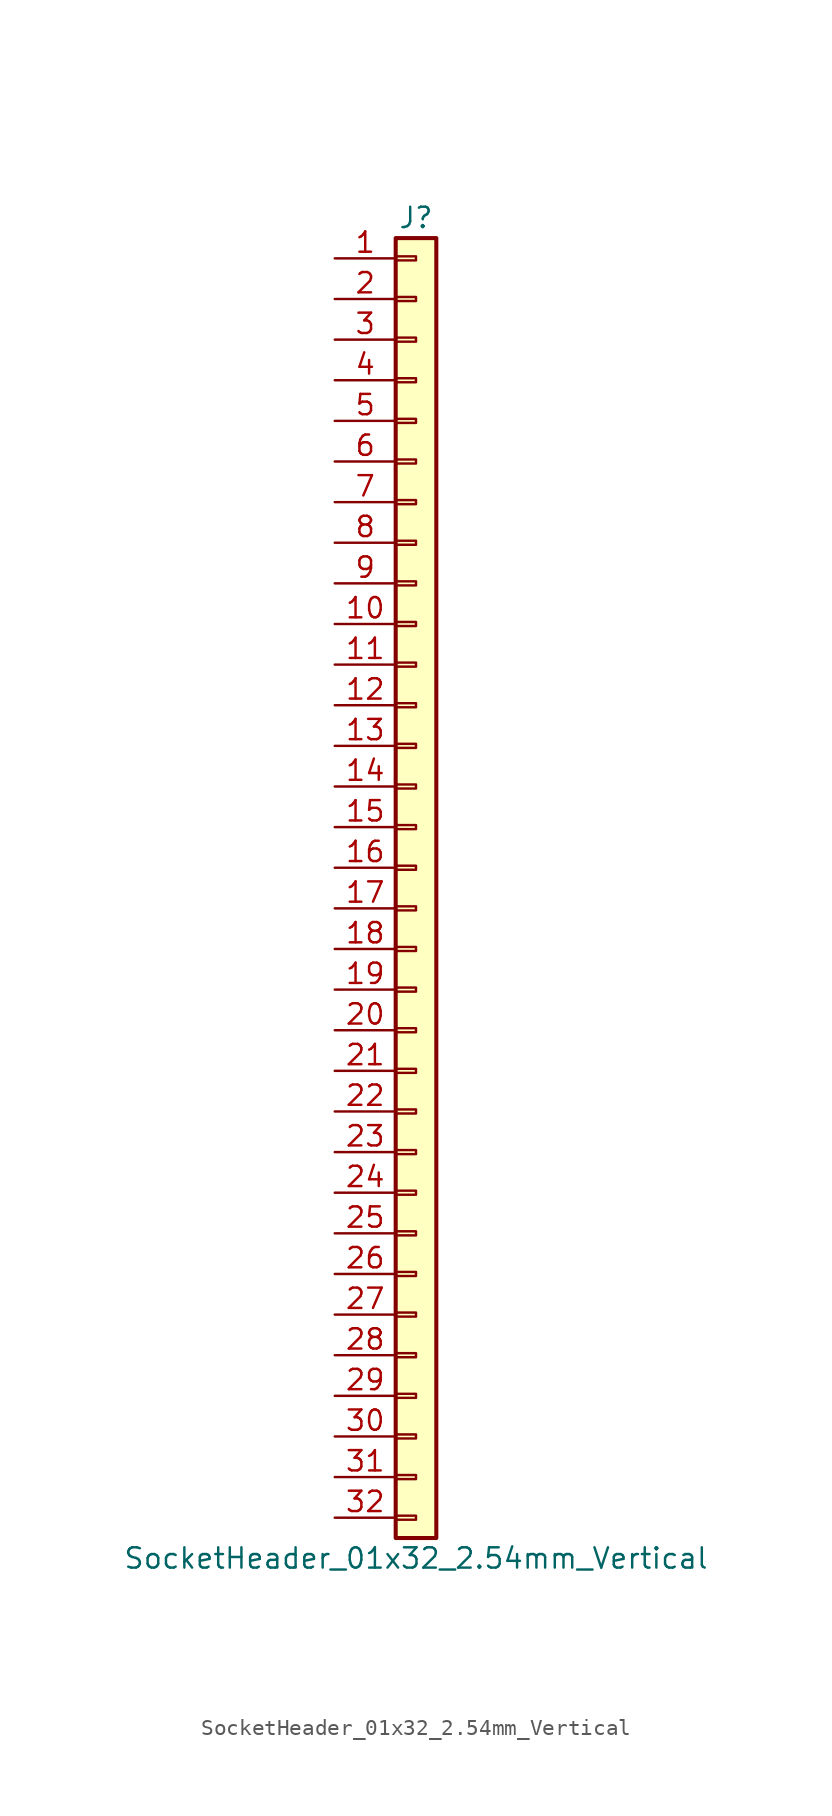
<source format=kicad_sym>
(kicad_symbol_lib
  (version 20241209)
  (generator "kicad_symbol_editor")
  (generator_version "9.0")
  (symbol "SocketHeader_01x32_2.54mm_Vertical"
    (pin_names
      (offset 1.016)
      (hide yes))
    (property "Reference" "J"
      (at 0 40.64 0)
      (effects (font (size 1.27 1.27))))
    (property "Value" "SocketHeader_01x32_2.54mm_Vertical"
      (at 0 -43.18 0)
      (effects (font (size 1.27 1.27))))
    (symbol "SocketHeader_01x32_2.54mm_Vertical_1_1"
      (rectangle (start -1.27 39.37) (end 1.27 -41.91) (stroke (width 0.254) (type default)) (fill (type background)))
      (rectangle (start -1.27 38.227) (end 0 37.973) (stroke (width 0.152) (type default)) (fill (type none)))
      (rectangle (start -1.27 35.687) (end 0 35.433) (stroke (width 0.152) (type default)) (fill (type none)))
      (rectangle (start -1.27 33.147) (end 0 32.893) (stroke (width 0.152) (type default)) (fill (type none)))
      (rectangle (start -1.27 30.607) (end 0 30.353) (stroke (width 0.152) (type default)) (fill (type none)))
      (rectangle (start -1.27 28.067) (end 0 27.813) (stroke (width 0.152) (type default)) (fill (type none)))
      (rectangle (start -1.27 25.527) (end 0 25.273) (stroke (width 0.152) (type default)) (fill (type none)))
      (rectangle (start -1.27 22.987) (end 0 22.733) (stroke (width 0.152) (type default)) (fill (type none)))
      (rectangle (start -1.27 20.447) (end 0 20.193) (stroke (width 0.152) (type default)) (fill (type none)))
      (rectangle (start -1.27 17.907) (end 0 17.653) (stroke (width 0.152) (type default)) (fill (type none)))
      (rectangle (start -1.27 15.367) (end 0 15.113) (stroke (width 0.152) (type default)) (fill (type none)))
      (rectangle (start -1.27 12.827) (end 0 12.573) (stroke (width 0.152) (type default)) (fill (type none)))
      (rectangle (start -1.27 10.287) (end 0 10.033) (stroke (width 0.152) (type default)) (fill (type none)))
      (rectangle (start -1.27 7.747) (end 0 7.493) (stroke (width 0.152) (type default)) (fill (type none)))
      (rectangle (start -1.27 5.207) (end 0 4.953) (stroke (width 0.152) (type default)) (fill (type none)))
      (rectangle (start -1.27 2.667) (end 0 2.413) (stroke (width 0.152) (type default)) (fill (type none)))
      (rectangle (start -1.27 0.127) (end 0 -0.127) (stroke (width 0.152) (type default)) (fill (type none)))
      (rectangle (start -1.27 -2.413) (end 0 -2.667) (stroke (width 0.152) (type default)) (fill (type none)))
      (rectangle (start -1.27 -4.953) (end 0 -5.207) (stroke (width 0.152) (type default)) (fill (type none)))
      (rectangle (start -1.27 -7.493) (end 0 -7.747) (stroke (width 0.152) (type default)) (fill (type none)))
      (rectangle (start -1.27 -10.033) (end 0 -10.287) (stroke (width 0.152) (type default)) (fill (type none)))
      (rectangle (start -1.27 -12.573) (end 0 -12.827) (stroke (width 0.152) (type default)) (fill (type none)))
      (rectangle (start -1.27 -15.113) (end 0 -15.367) (stroke (width 0.152) (type default)) (fill (type none)))
      (rectangle (start -1.27 -17.653) (end 0 -17.907) (stroke (width 0.152) (type default)) (fill (type none)))
      (rectangle (start -1.27 -20.193) (end 0 -20.447) (stroke (width 0.152) (type default)) (fill (type none)))
      (rectangle (start -1.27 -22.733) (end 0 -22.987) (stroke (width 0.152) (type default)) (fill (type none)))
      (rectangle (start -1.27 -25.273) (end 0 -25.527) (stroke (width 0.152) (type default)) (fill (type none)))
      (rectangle (start -1.27 -27.813) (end 0 -28.067) (stroke (width 0.152) (type default)) (fill (type none)))
      (rectangle (start -1.27 -30.353) (end 0 -30.607) (stroke (width 0.152) (type default)) (fill (type none)))
      (rectangle (start -1.27 -32.893) (end 0 -33.147) (stroke (width 0.152) (type default)) (fill (type none)))
      (rectangle (start -1.27 -35.433) (end 0 -35.687) (stroke (width 0.152) (type default)) (fill (type none)))
      (rectangle (start -1.27 -37.973) (end 0 -38.227) (stroke (width 0.152) (type default)) (fill (type none)))
      (rectangle (start -1.27 -40.513) (end 0 -40.767) (stroke (width 0.152) (type default)) (fill (type none)))
      (pin passive line (at -5.08 38.1 0) (length 3.81) (name "Pin_1" (effects (font (size 1.27 1.27)))) (number "1" (effects (font (size 1.27 1.27)))))
      (pin passive line (at -5.08 35.56 0) (length 3.81) (name "Pin_2" (effects (font (size 1.27 1.27)))) (number "2" (effects (font (size 1.27 1.27)))))
      (pin passive line (at -5.08 33.02 0) (length 3.81) (name "Pin_3" (effects (font (size 1.27 1.27)))) (number "3" (effects (font (size 1.27 1.27)))))
      (pin passive line (at -5.08 30.48 0) (length 3.81) (name "Pin_4" (effects (font (size 1.27 1.27)))) (number "4" (effects (font (size 1.27 1.27)))))
      (pin passive line (at -5.08 27.94 0) (length 3.81) (name "Pin_5" (effects (font (size 1.27 1.27)))) (number "5" (effects (font (size 1.27 1.27)))))
      (pin passive line (at -5.08 25.4 0) (length 3.81) (name "Pin_6" (effects (font (size 1.27 1.27)))) (number "6" (effects (font (size 1.27 1.27)))))
      (pin passive line (at -5.08 22.86 0) (length 3.81) (name "Pin_7" (effects (font (size 1.27 1.27)))) (number "7" (effects (font (size 1.27 1.27)))))
      (pin passive line (at -5.08 20.32 0) (length 3.81) (name "Pin_8" (effects (font (size 1.27 1.27)))) (number "8" (effects (font (size 1.27 1.27)))))
      (pin passive line (at -5.08 17.78 0) (length 3.81) (name "Pin_9" (effects (font (size 1.27 1.27)))) (number "9" (effects (font (size 1.27 1.27)))))
      (pin passive line (at -5.08 15.24 0) (length 3.81) (name "Pin_10" (effects (font (size 1.27 1.27)))) (number "10" (effects (font (size 1.27 1.27)))))
      (pin passive line (at -5.08 12.7 0) (length 3.81) (name "Pin_11" (effects (font (size 1.27 1.27)))) (number "11" (effects (font (size 1.27 1.27)))))
      (pin passive line (at -5.08 10.16 0) (length 3.81) (name "Pin_12" (effects (font (size 1.27 1.27)))) (number "12" (effects (font (size 1.27 1.27)))))
      (pin passive line (at -5.08 7.62 0) (length 3.81) (name "Pin_13" (effects (font (size 1.27 1.27)))) (number "13" (effects (font (size 1.27 1.27)))))
      (pin passive line (at -5.08 5.08 0) (length 3.81) (name "Pin_14" (effects (font (size 1.27 1.27)))) (number "14" (effects (font (size 1.27 1.27)))))
      (pin passive line (at -5.08 2.54 0) (length 3.81) (name "Pin_15" (effects (font (size 1.27 1.27)))) (number "15" (effects (font (size 1.27 1.27)))))
      (pin passive line (at -5.08 0 0) (length 3.81) (name "Pin_16" (effects (font (size 1.27 1.27)))) (number "16" (effects (font (size 1.27 1.27)))))
      (pin passive line (at -5.08 -2.54 0) (length 3.81) (name "Pin_17" (effects (font (size 1.27 1.27)))) (number "17" (effects (font (size 1.27 1.27)))))
      (pin passive line (at -5.08 -5.08 0) (length 3.81) (name "Pin_18" (effects (font (size 1.27 1.27)))) (number "18" (effects (font (size 1.27 1.27)))))
      (pin passive line (at -5.08 -7.62 0) (length 3.81) (name "Pin_19" (effects (font (size 1.27 1.27)))) (number "19" (effects (font (size 1.27 1.27)))))
      (pin passive line (at -5.08 -10.16 0) (length 3.81) (name "Pin_20" (effects (font (size 1.27 1.27)))) (number "20" (effects (font (size 1.27 1.27)))))
      (pin passive line (at -5.08 -12.7 0) (length 3.81) (name "Pin_21" (effects (font (size 1.27 1.27)))) (number "21" (effects (font (size 1.27 1.27)))))
      (pin passive line (at -5.08 -15.24 0) (length 3.81) (name "Pin_22" (effects (font (size 1.27 1.27)))) (number "22" (effects (font (size 1.27 1.27)))))
      (pin passive line (at -5.08 -17.78 0) (length 3.81) (name "Pin_23" (effects (font (size 1.27 1.27)))) (number "23" (effects (font (size 1.27 1.27)))))
      (pin passive line (at -5.08 -20.32 0) (length 3.81) (name "Pin_24" (effects (font (size 1.27 1.27)))) (number "24" (effects (font (size 1.27 1.27)))))
      (pin passive line (at -5.08 -22.86 0) (length 3.81) (name "Pin_25" (effects (font (size 1.27 1.27)))) (number "25" (effects (font (size 1.27 1.27)))))
      (pin passive line (at -5.08 -25.4 0) (length 3.81) (name "Pin_26" (effects (font (size 1.27 1.27)))) (number "26" (effects (font (size 1.27 1.27)))))
      (pin passive line (at -5.08 -27.94 0) (length 3.81) (name "Pin_27" (effects (font (size 1.27 1.27)))) (number "27" (effects (font (size 1.27 1.27)))))
      (pin passive line (at -5.08 -30.48 0) (length 3.81) (name "Pin_28" (effects (font (size 1.27 1.27)))) (number "28" (effects (font (size 1.27 1.27)))))
      (pin passive line (at -5.08 -33.02 0) (length 3.81) (name "Pin_29" (effects (font (size 1.27 1.27)))) (number "29" (effects (font (size 1.27 1.27)))))
      (pin passive line (at -5.08 -35.56 0) (length 3.81) (name "Pin_30" (effects (font (size 1.27 1.27)))) (number "30" (effects (font (size 1.27 1.27)))))
      (pin passive line (at -5.08 -38.1 0) (length 3.81) (name "Pin_31" (effects (font (size 1.27 1.27)))) (number "31" (effects (font (size 1.27 1.27)))))
      (pin passive line (at -5.08 -40.64 0) (length 3.81) (name "Pin_32" (effects (font (size 1.27 1.27)))) (number "32" (effects (font (size 1.27 1.27))))))))
</source>
